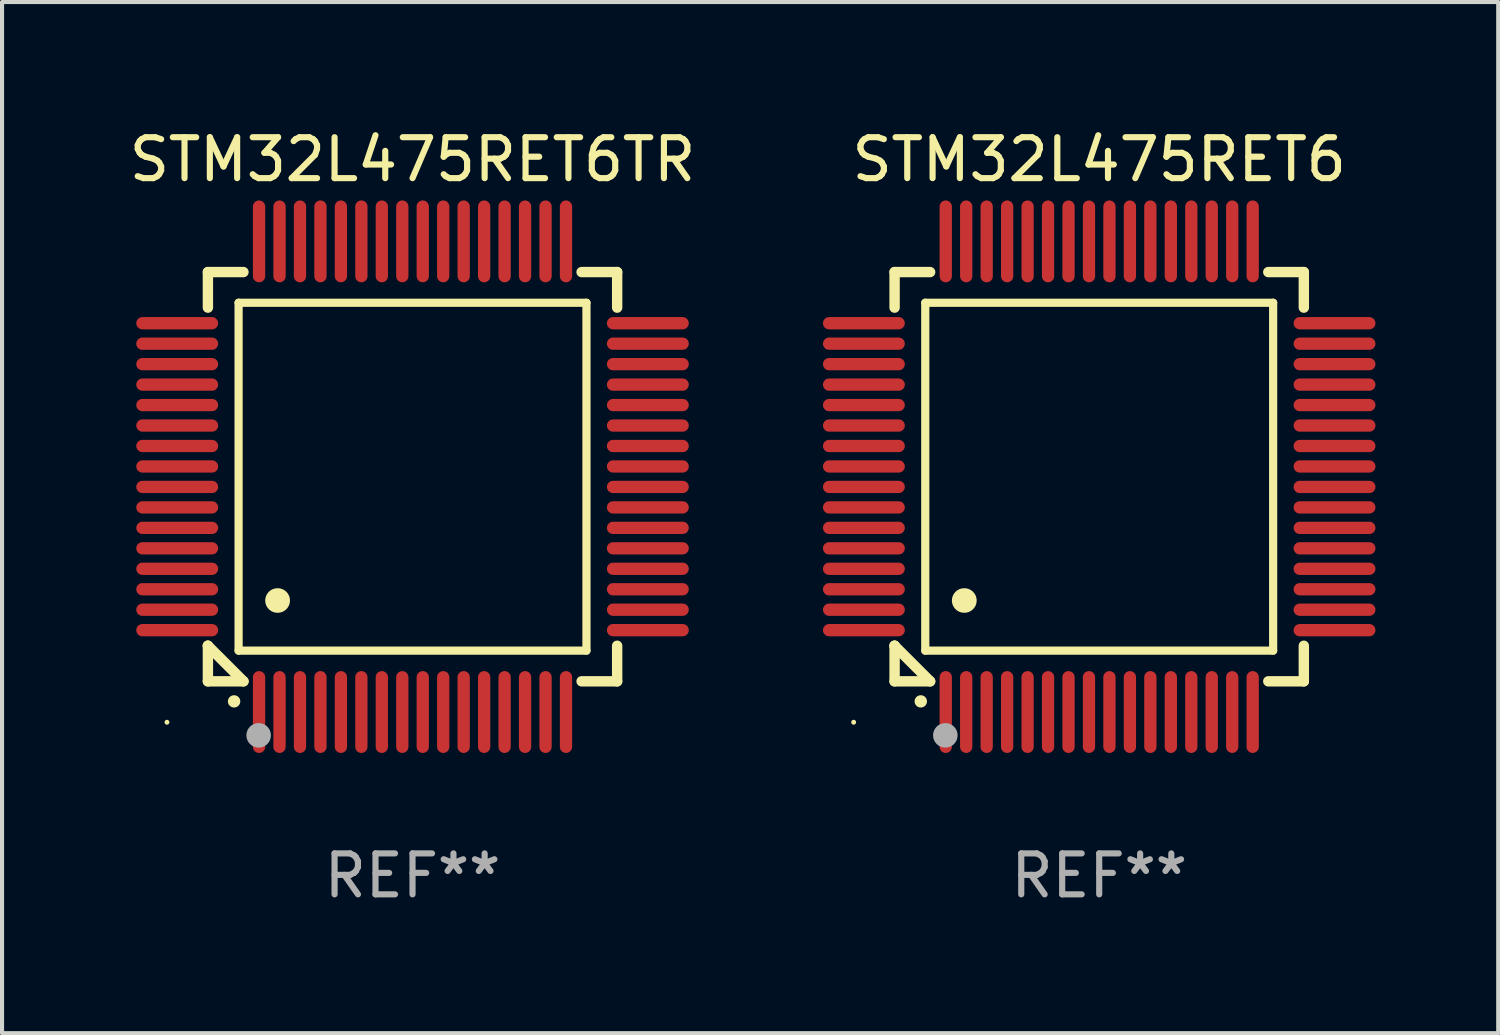
<source format=kicad_pcb>
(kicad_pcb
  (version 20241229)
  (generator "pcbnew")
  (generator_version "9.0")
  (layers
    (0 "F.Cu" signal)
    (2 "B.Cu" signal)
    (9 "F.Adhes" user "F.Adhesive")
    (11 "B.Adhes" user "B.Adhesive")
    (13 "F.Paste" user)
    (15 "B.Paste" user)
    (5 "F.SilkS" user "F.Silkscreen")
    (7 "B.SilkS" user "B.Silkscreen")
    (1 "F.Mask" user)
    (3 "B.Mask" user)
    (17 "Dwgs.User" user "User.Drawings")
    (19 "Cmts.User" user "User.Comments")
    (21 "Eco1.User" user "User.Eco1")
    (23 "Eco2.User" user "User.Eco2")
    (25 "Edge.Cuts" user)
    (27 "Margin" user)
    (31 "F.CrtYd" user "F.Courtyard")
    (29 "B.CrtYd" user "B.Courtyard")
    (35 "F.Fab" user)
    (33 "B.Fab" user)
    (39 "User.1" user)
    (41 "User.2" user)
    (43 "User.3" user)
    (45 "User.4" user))
  (footprint "STM32L475RET6TR"
    (layer "F.Cu")
    (at 7.03 8.598)
    (property "Reference" "STM32L475RET6TR" (at 0 -7.75 0) (layer "F.SilkS") (effects (font (size 1 1) (thickness 0.15))))
    (attr through_hole)
    (fp_line (start -5 -5) (end -4.131 -5) (stroke (width 0.254) (type solid)) (layer "F.SilkS"))
    (fp_line (start -5 -4.131) (end -5 -5) (stroke (width 0.254) (type solid)) (layer "F.SilkS"))
    (fp_line (start -5 4.131) (end -5 4.131) (stroke (width 0.254) (type solid)) (layer "F.SilkS"))
    (fp_line (start -5 5) (end -5 4.131) (stroke (width 0.254) (type solid)) (layer "F.SilkS"))
    (fp_line (start -5 4.131) (end -4.131 5) (stroke (width 0.254) (type solid)) (layer "F.SilkS"))
    (fp_line (start -4.25 -4.25) (end -4.25 4.25) (stroke (width 0.2) (type solid)) (layer "F.SilkS"))
    (fp_line (start -4.25 4.25) (end 4.25 4.25) (stroke (width 0.2) (type solid)) (layer "F.SilkS"))
    (fp_line (start -4.131 5) (end -5 5) (stroke (width 0.254) (type solid)) (layer "F.SilkS"))
    (fp_line (start 4.25 -4.25) (end -4.25 -4.25) (stroke (width 0.2) (type solid)) (layer "F.SilkS"))
    (fp_line (start 4.25 4.25) (end 4.25 -4.25) (stroke (width 0.2) (type solid)) (layer "F.SilkS"))
    (fp_line (start 5 -5) (end 4.131 -5) (stroke (width 0.254) (type solid)) (layer "F.SilkS"))
    (fp_line (start 5 -5) (end 5 -4.131) (stroke (width 0.254) (type solid)) (layer "F.SilkS"))
    (fp_line (start 5 4.131) (end 5 5) (stroke (width 0.254) (type solid)) (layer "F.SilkS"))
    (fp_line (start 5 5) (end 4.131 5) (stroke (width 0.254) (type solid)) (layer "F.SilkS"))
    (fp_arc (start -4.361265 5.489992) (mid -4.359995 5.489987) (end -4.358725 5.489992) (stroke (width 0.3) (type solid)) (layer "F.SilkS"))
    (fp_arc (start -3.299467 3.025146) (mid -3.296927 3.025135) (end -3.294387 3.025146) (stroke (width 0.6) (type solid)) (layer "F.SilkS"))
    (fp_circle (center -6 6) (end -5.97 6) (stroke (width 0.06) (type solid)) (fill no) (layer "F.SilkS"))
    (fp_circle (center -3.76 6.32) (end -3.61 6.32) (stroke (width 0.3) (type solid)) (fill no) (layer "F.Fab"))
    (fp_text user "REF**" (at 0 9.75 0) (layer "F.Fab") (effects (font (size 1 1) (thickness 0.15))))
    (pad "1" smd oval (at -3.75 5.75) (size 0.3 2) (layers "F.Cu" "F.Mask" "F.Paste"))
    (pad "2" smd oval (at -3.25 5.75) (size 0.3 2) (layers "F.Cu" "F.Mask" "F.Paste"))
    (pad "3" smd oval (at -2.75 5.75) (size 0.3 2) (layers "F.Cu" "F.Mask" "F.Paste"))
    (pad "4" smd oval (at -2.25 5.75) (size 0.3 2) (layers "F.Cu" "F.Mask" "F.Paste"))
    (pad "5" smd oval (at -1.75 5.75) (size 0.3 2) (layers "F.Cu" "F.Mask" "F.Paste"))
    (pad "6" smd oval (at -1.25 5.75) (size 0.3 2) (layers "F.Cu" "F.Mask" "F.Paste"))
    (pad "7" smd oval (at -0.75 5.75) (size 0.3 2) (layers "F.Cu" "F.Mask" "F.Paste"))
    (pad "8" smd oval (at -0.25 5.75) (size 0.3 2) (layers "F.Cu" "F.Mask" "F.Paste"))
    (pad "9" smd oval (at 0.25 5.75) (size 0.3 2) (layers "F.Cu" "F.Mask" "F.Paste"))
    (pad "10" smd oval (at 0.75 5.75) (size 0.3 2) (layers "F.Cu" "F.Mask" "F.Paste"))
    (pad "11" smd oval (at 1.25 5.75) (size 0.3 2) (layers "F.Cu" "F.Mask" "F.Paste"))
    (pad "12" smd oval (at 1.75 5.75) (size 0.3 2) (layers "F.Cu" "F.Mask" "F.Paste"))
    (pad "13" smd oval (at 2.25 5.75) (size 0.3 2) (layers "F.Cu" "F.Mask" "F.Paste"))
    (pad "14" smd oval (at 2.75 5.75) (size 0.3 2) (layers "F.Cu" "F.Mask" "F.Paste"))
    (pad "15" smd oval (at 3.25 5.75) (size 0.3 2) (layers "F.Cu" "F.Mask" "F.Paste"))
    (pad "16" smd oval (at 3.75 5.75) (size 0.3 2) (layers "F.Cu" "F.Mask" "F.Paste"))
    (pad "17" smd oval (at 5.75 3.75) (size 2 0.3) (layers "F.Cu" "F.Mask" "F.Paste"))
    (pad "18" smd oval (at 5.75 3.25) (size 2 0.3) (layers "F.Cu" "F.Mask" "F.Paste"))
    (pad "19" smd oval (at 5.75 2.75) (size 2 0.3) (layers "F.Cu" "F.Mask" "F.Paste"))
    (pad "20" smd oval (at 5.75 2.25) (size 2 0.3) (layers "F.Cu" "F.Mask" "F.Paste"))
    (pad "21" smd oval (at 5.75 1.75) (size 2 0.3) (layers "F.Cu" "F.Mask" "F.Paste"))
    (pad "22" smd oval (at 5.75 1.25) (size 2 0.3) (layers "F.Cu" "F.Mask" "F.Paste"))
    (pad "23" smd oval (at 5.75 0.75) (size 2 0.3) (layers "F.Cu" "F.Mask" "F.Paste"))
    (pad "24" smd oval (at 5.75 0.25) (size 2 0.3) (layers "F.Cu" "F.Mask" "F.Paste"))
    (pad "25" smd oval (at 5.75 -0.25) (size 2 0.3) (layers "F.Cu" "F.Mask" "F.Paste"))
    (pad "26" smd oval (at 5.75 -0.75) (size 2 0.3) (layers "F.Cu" "F.Mask" "F.Paste"))
    (pad "27" smd oval (at 5.75 -1.25) (size 2 0.3) (layers "F.Cu" "F.Mask" "F.Paste"))
    (pad "28" smd oval (at 5.75 -1.75) (size 2 0.3) (layers "F.Cu" "F.Mask" "F.Paste"))
    (pad "29" smd oval (at 5.75 -2.25) (size 2 0.3) (layers "F.Cu" "F.Mask" "F.Paste"))
    (pad "30" smd oval (at 5.75 -2.75) (size 2 0.3) (layers "F.Cu" "F.Mask" "F.Paste"))
    (pad "31" smd oval (at 5.75 -3.25) (size 2 0.3) (layers "F.Cu" "F.Mask" "F.Paste"))
    (pad "32" smd oval (at 5.75 -3.75) (size 2 0.3) (layers "F.Cu" "F.Mask" "F.Paste"))
    (pad "33" smd oval (at 3.75 -5.75) (size 0.3 2) (layers "F.Cu" "F.Mask" "F.Paste"))
    (pad "34" smd oval (at 3.25 -5.75) (size 0.3 2) (layers "F.Cu" "F.Mask" "F.Paste"))
    (pad "35" smd oval (at 2.75 -5.75) (size 0.3 2) (layers "F.Cu" "F.Mask" "F.Paste"))
    (pad "36" smd oval (at 2.25 -5.75) (size 0.3 2) (layers "F.Cu" "F.Mask" "F.Paste"))
    (pad "37" smd oval (at 1.75 -5.75) (size 0.3 2) (layers "F.Cu" "F.Mask" "F.Paste"))
    (pad "38" smd oval (at 1.25 -5.75) (size 0.3 2) (layers "F.Cu" "F.Mask" "F.Paste"))
    (pad "39" smd oval (at 0.75 -5.75) (size 0.3 2) (layers "F.Cu" "F.Mask" "F.Paste"))
    (pad "40" smd oval (at 0.25 -5.75) (size 0.3 2) (layers "F.Cu" "F.Mask" "F.Paste"))
    (pad "41" smd oval (at -0.25 -5.75) (size 0.3 2) (layers "F.Cu" "F.Mask" "F.Paste"))
    (pad "42" smd oval (at -0.75 -5.75) (size 0.3 2) (layers "F.Cu" "F.Mask" "F.Paste"))
    (pad "43" smd oval (at -1.25 -5.75) (size 0.3 2) (layers "F.Cu" "F.Mask" "F.Paste"))
    (pad "44" smd oval (at -1.75 -5.75) (size 0.3 2) (layers "F.Cu" "F.Mask" "F.Paste"))
    (pad "45" smd oval (at -2.25 -5.75) (size 0.3 2) (layers "F.Cu" "F.Mask" "F.Paste"))
    (pad "46" smd oval (at -2.75 -5.75) (size 0.3 2) (layers "F.Cu" "F.Mask" "F.Paste"))
    (pad "47" smd oval (at -3.25 -5.75) (size 0.3 2) (layers "F.Cu" "F.Mask" "F.Paste"))
    (pad "48" smd oval (at -3.75 -5.75) (size 0.3 2) (layers "F.Cu" "F.Mask" "F.Paste"))
    (pad "49" smd oval (at -5.75 -3.75) (size 2 0.3) (layers "F.Cu" "F.Mask" "F.Paste"))
    (pad "50" smd oval (at -5.75 -3.25) (size 2 0.3) (layers "F.Cu" "F.Mask" "F.Paste"))
    (pad "51" smd oval (at -5.75 -2.75) (size 2 0.3) (layers "F.Cu" "F.Mask" "F.Paste"))
    (pad "52" smd oval (at -5.75 -2.25) (size 2 0.3) (layers "F.Cu" "F.Mask" "F.Paste"))
    (pad "53" smd oval (at -5.75 -1.75) (size 2 0.3) (layers "F.Cu" "F.Mask" "F.Paste"))
    (pad "54" smd oval (at -5.75 -1.25) (size 2 0.3) (layers "F.Cu" "F.Mask" "F.Paste"))
    (pad "55" smd oval (at -5.75 -0.75) (size 2 0.3) (layers "F.Cu" "F.Mask" "F.Paste"))
    (pad "56" smd oval (at -5.75 -0.25) (size 2 0.3) (layers "F.Cu" "F.Mask" "F.Paste"))
    (pad "57" smd oval (at -5.75 0.25) (size 2 0.3) (layers "F.Cu" "F.Mask" "F.Paste"))
    (pad "58" smd oval (at -5.75 0.75) (size 2 0.3) (layers "F.Cu" "F.Mask" "F.Paste"))
    (pad "59" smd oval (at -5.75 1.25) (size 2 0.3) (layers "F.Cu" "F.Mask" "F.Paste"))
    (pad "60" smd oval (at -5.75 1.75) (size 2 0.3) (layers "F.Cu" "F.Mask" "F.Paste"))
    (pad "61" smd oval (at -5.75 2.25) (size 2 0.3) (layers "F.Cu" "F.Mask" "F.Paste"))
    (pad "62" smd oval (at -5.75 2.75) (size 2 0.3) (layers "F.Cu" "F.Mask" "F.Paste"))
    (pad "63" smd oval (at -5.75 3.25) (size 2 0.3) (layers "F.Cu" "F.Mask" "F.Paste"))
    (pad "64" smd oval (at -5.75 3.75) (size 2 0.3) (layers "F.Cu" "F.Mask" "F.Paste")))
  (footprint "STM32L475RET6"
    (layer "F.Cu")
    (at 23.809 8.598)
    (property "Reference" "STM32L475RET6" (at 0 -7.75 0) (layer "F.SilkS") (effects (font (size 1 1) (thickness 0.15))))
    (attr through_hole)
    (fp_line (start -5 -5) (end -4.131 -5) (stroke (width 0.254) (type solid)) (layer "F.SilkS"))
    (fp_line (start -5 -4.131) (end -5 -5) (stroke (width 0.254) (type solid)) (layer "F.SilkS"))
    (fp_line (start -5 4.131) (end -5 4.131) (stroke (width 0.254) (type solid)) (layer "F.SilkS"))
    (fp_line (start -5 5) (end -5 4.131) (stroke (width 0.254) (type solid)) (layer "F.SilkS"))
    (fp_line (start -5 4.131) (end -4.131 5) (stroke (width 0.254) (type solid)) (layer "F.SilkS"))
    (fp_line (start -4.25 -4.25) (end -4.25 4.25) (stroke (width 0.2) (type solid)) (layer "F.SilkS"))
    (fp_line (start -4.25 4.25) (end 4.25 4.25) (stroke (width 0.2) (type solid)) (layer "F.SilkS"))
    (fp_line (start -4.131 5) (end -5 5) (stroke (width 0.254) (type solid)) (layer "F.SilkS"))
    (fp_line (start 4.25 -4.25) (end -4.25 -4.25) (stroke (width 0.2) (type solid)) (layer "F.SilkS"))
    (fp_line (start 4.25 4.25) (end 4.25 -4.25) (stroke (width 0.2) (type solid)) (layer "F.SilkS"))
    (fp_line (start 5 -5) (end 4.131 -5) (stroke (width 0.254) (type solid)) (layer "F.SilkS"))
    (fp_line (start 5 -5) (end 5 -4.131) (stroke (width 0.254) (type solid)) (layer "F.SilkS"))
    (fp_line (start 5 4.131) (end 5 5) (stroke (width 0.254) (type solid)) (layer "F.SilkS"))
    (fp_line (start 5 5) (end 4.131 5) (stroke (width 0.254) (type solid)) (layer "F.SilkS"))
    (fp_arc (start -4.361265 5.489992) (mid -4.359995 5.489987) (end -4.358725 5.489992) (stroke (width 0.3) (type solid)) (layer "F.SilkS"))
    (fp_arc (start -3.299467 3.025146) (mid -3.296927 3.025135) (end -3.294387 3.025146) (stroke (width 0.6) (type solid)) (layer "F.SilkS"))
    (fp_circle (center -6 6) (end -5.97 6) (stroke (width 0.06) (type solid)) (fill no) (layer "F.SilkS"))
    (fp_circle (center -3.76 6.32) (end -3.61 6.32) (stroke (width 0.3) (type solid)) (fill no) (layer "F.Fab"))
    (fp_text user "REF**" (at 0 9.75 0) (layer "F.Fab") (effects (font (size 1 1) (thickness 0.15))))
    (pad "1" smd oval (at -3.75 5.75) (size 0.3 2) (layers "F.Cu" "F.Mask" "F.Paste"))
    (pad "2" smd oval (at -3.25 5.75) (size 0.3 2) (layers "F.Cu" "F.Mask" "F.Paste"))
    (pad "3" smd oval (at -2.75 5.75) (size 0.3 2) (layers "F.Cu" "F.Mask" "F.Paste"))
    (pad "4" smd oval (at -2.25 5.75) (size 0.3 2) (layers "F.Cu" "F.Mask" "F.Paste"))
    (pad "5" smd oval (at -1.75 5.75) (size 0.3 2) (layers "F.Cu" "F.Mask" "F.Paste"))
    (pad "6" smd oval (at -1.25 5.75) (size 0.3 2) (layers "F.Cu" "F.Mask" "F.Paste"))
    (pad "7" smd oval (at -0.75 5.75) (size 0.3 2) (layers "F.Cu" "F.Mask" "F.Paste"))
    (pad "8" smd oval (at -0.25 5.75) (size 0.3 2) (layers "F.Cu" "F.Mask" "F.Paste"))
    (pad "9" smd oval (at 0.25 5.75) (size 0.3 2) (layers "F.Cu" "F.Mask" "F.Paste"))
    (pad "10" smd oval (at 0.75 5.75) (size 0.3 2) (layers "F.Cu" "F.Mask" "F.Paste"))
    (pad "11" smd oval (at 1.25 5.75) (size 0.3 2) (layers "F.Cu" "F.Mask" "F.Paste"))
    (pad "12" smd oval (at 1.75 5.75) (size 0.3 2) (layers "F.Cu" "F.Mask" "F.Paste"))
    (pad "13" smd oval (at 2.25 5.75) (size 0.3 2) (layers "F.Cu" "F.Mask" "F.Paste"))
    (pad "14" smd oval (at 2.75 5.75) (size 0.3 2) (layers "F.Cu" "F.Mask" "F.Paste"))
    (pad "15" smd oval (at 3.25 5.75) (size 0.3 2) (layers "F.Cu" "F.Mask" "F.Paste"))
    (pad "16" smd oval (at 3.75 5.75) (size 0.3 2) (layers "F.Cu" "F.Mask" "F.Paste"))
    (pad "17" smd oval (at 5.75 3.75) (size 2 0.3) (layers "F.Cu" "F.Mask" "F.Paste"))
    (pad "18" smd oval (at 5.75 3.25) (size 2 0.3) (layers "F.Cu" "F.Mask" "F.Paste"))
    (pad "19" smd oval (at 5.75 2.75) (size 2 0.3) (layers "F.Cu" "F.Mask" "F.Paste"))
    (pad "20" smd oval (at 5.75 2.25) (size 2 0.3) (layers "F.Cu" "F.Mask" "F.Paste"))
    (pad "21" smd oval (at 5.75 1.75) (size 2 0.3) (layers "F.Cu" "F.Mask" "F.Paste"))
    (pad "22" smd oval (at 5.75 1.25) (size 2 0.3) (layers "F.Cu" "F.Mask" "F.Paste"))
    (pad "23" smd oval (at 5.75 0.75) (size 2 0.3) (layers "F.Cu" "F.Mask" "F.Paste"))
    (pad "24" smd oval (at 5.75 0.25) (size 2 0.3) (layers "F.Cu" "F.Mask" "F.Paste"))
    (pad "25" smd oval (at 5.75 -0.25) (size 2 0.3) (layers "F.Cu" "F.Mask" "F.Paste"))
    (pad "26" smd oval (at 5.75 -0.75) (size 2 0.3) (layers "F.Cu" "F.Mask" "F.Paste"))
    (pad "27" smd oval (at 5.75 -1.25) (size 2 0.3) (layers "F.Cu" "F.Mask" "F.Paste"))
    (pad "28" smd oval (at 5.75 -1.75) (size 2 0.3) (layers "F.Cu" "F.Mask" "F.Paste"))
    (pad "29" smd oval (at 5.75 -2.25) (size 2 0.3) (layers "F.Cu" "F.Mask" "F.Paste"))
    (pad "30" smd oval (at 5.75 -2.75) (size 2 0.3) (layers "F.Cu" "F.Mask" "F.Paste"))
    (pad "31" smd oval (at 5.75 -3.25) (size 2 0.3) (layers "F.Cu" "F.Mask" "F.Paste"))
    (pad "32" smd oval (at 5.75 -3.75) (size 2 0.3) (layers "F.Cu" "F.Mask" "F.Paste"))
    (pad "33" smd oval (at 3.75 -5.75) (size 0.3 2) (layers "F.Cu" "F.Mask" "F.Paste"))
    (pad "34" smd oval (at 3.25 -5.75) (size 0.3 2) (layers "F.Cu" "F.Mask" "F.Paste"))
    (pad "35" smd oval (at 2.75 -5.75) (size 0.3 2) (layers "F.Cu" "F.Mask" "F.Paste"))
    (pad "36" smd oval (at 2.25 -5.75) (size 0.3 2) (layers "F.Cu" "F.Mask" "F.Paste"))
    (pad "37" smd oval (at 1.75 -5.75) (size 0.3 2) (layers "F.Cu" "F.Mask" "F.Paste"))
    (pad "38" smd oval (at 1.25 -5.75) (size 0.3 2) (layers "F.Cu" "F.Mask" "F.Paste"))
    (pad "39" smd oval (at 0.75 -5.75) (size 0.3 2) (layers "F.Cu" "F.Mask" "F.Paste"))
    (pad "40" smd oval (at 0.25 -5.75) (size 0.3 2) (layers "F.Cu" "F.Mask" "F.Paste"))
    (pad "41" smd oval (at -0.25 -5.75) (size 0.3 2) (layers "F.Cu" "F.Mask" "F.Paste"))
    (pad "42" smd oval (at -0.75 -5.75) (size 0.3 2) (layers "F.Cu" "F.Mask" "F.Paste"))
    (pad "43" smd oval (at -1.25 -5.75) (size 0.3 2) (layers "F.Cu" "F.Mask" "F.Paste"))
    (pad "44" smd oval (at -1.75 -5.75) (size 0.3 2) (layers "F.Cu" "F.Mask" "F.Paste"))
    (pad "45" smd oval (at -2.25 -5.75) (size 0.3 2) (layers "F.Cu" "F.Mask" "F.Paste"))
    (pad "46" smd oval (at -2.75 -5.75) (size 0.3 2) (layers "F.Cu" "F.Mask" "F.Paste"))
    (pad "47" smd oval (at -3.25 -5.75) (size 0.3 2) (layers "F.Cu" "F.Mask" "F.Paste"))
    (pad "48" smd oval (at -3.75 -5.75) (size 0.3 2) (layers "F.Cu" "F.Mask" "F.Paste"))
    (pad "49" smd oval (at -5.75 -3.75) (size 2 0.3) (layers "F.Cu" "F.Mask" "F.Paste"))
    (pad "50" smd oval (at -5.75 -3.25) (size 2 0.3) (layers "F.Cu" "F.Mask" "F.Paste"))
    (pad "51" smd oval (at -5.75 -2.75) (size 2 0.3) (layers "F.Cu" "F.Mask" "F.Paste"))
    (pad "52" smd oval (at -5.75 -2.25) (size 2 0.3) (layers "F.Cu" "F.Mask" "F.Paste"))
    (pad "53" smd oval (at -5.75 -1.75) (size 2 0.3) (layers "F.Cu" "F.Mask" "F.Paste"))
    (pad "54" smd oval (at -5.75 -1.25) (size 2 0.3) (layers "F.Cu" "F.Mask" "F.Paste"))
    (pad "55" smd oval (at -5.75 -0.75) (size 2 0.3) (layers "F.Cu" "F.Mask" "F.Paste"))
    (pad "56" smd oval (at -5.75 -0.25) (size 2 0.3) (layers "F.Cu" "F.Mask" "F.Paste"))
    (pad "57" smd oval (at -5.75 0.25) (size 2 0.3) (layers "F.Cu" "F.Mask" "F.Paste"))
    (pad "58" smd oval (at -5.75 0.75) (size 2 0.3) (layers "F.Cu" "F.Mask" "F.Paste"))
    (pad "59" smd oval (at -5.75 1.25) (size 2 0.3) (layers "F.Cu" "F.Mask" "F.Paste"))
    (pad "60" smd oval (at -5.75 1.75) (size 2 0.3) (layers "F.Cu" "F.Mask" "F.Paste"))
    (pad "61" smd oval (at -5.75 2.25) (size 2 0.3) (layers "F.Cu" "F.Mask" "F.Paste"))
    (pad "62" smd oval (at -5.75 2.75) (size 2 0.3) (layers "F.Cu" "F.Mask" "F.Paste"))
    (pad "63" smd oval (at -5.75 3.25) (size 2 0.3) (layers "F.Cu" "F.Mask" "F.Paste"))
    (pad "64" smd oval (at -5.75 3.75) (size 2 0.3) (layers "F.Cu" "F.Mask" "F.Paste")))
  (gr_rect
    (start -3 -3)
    (end 33.559 22.196)
    (stroke (width 0.1) (type default))
    (fill no)
    (layer "Edge.Cuts")))
</source>
